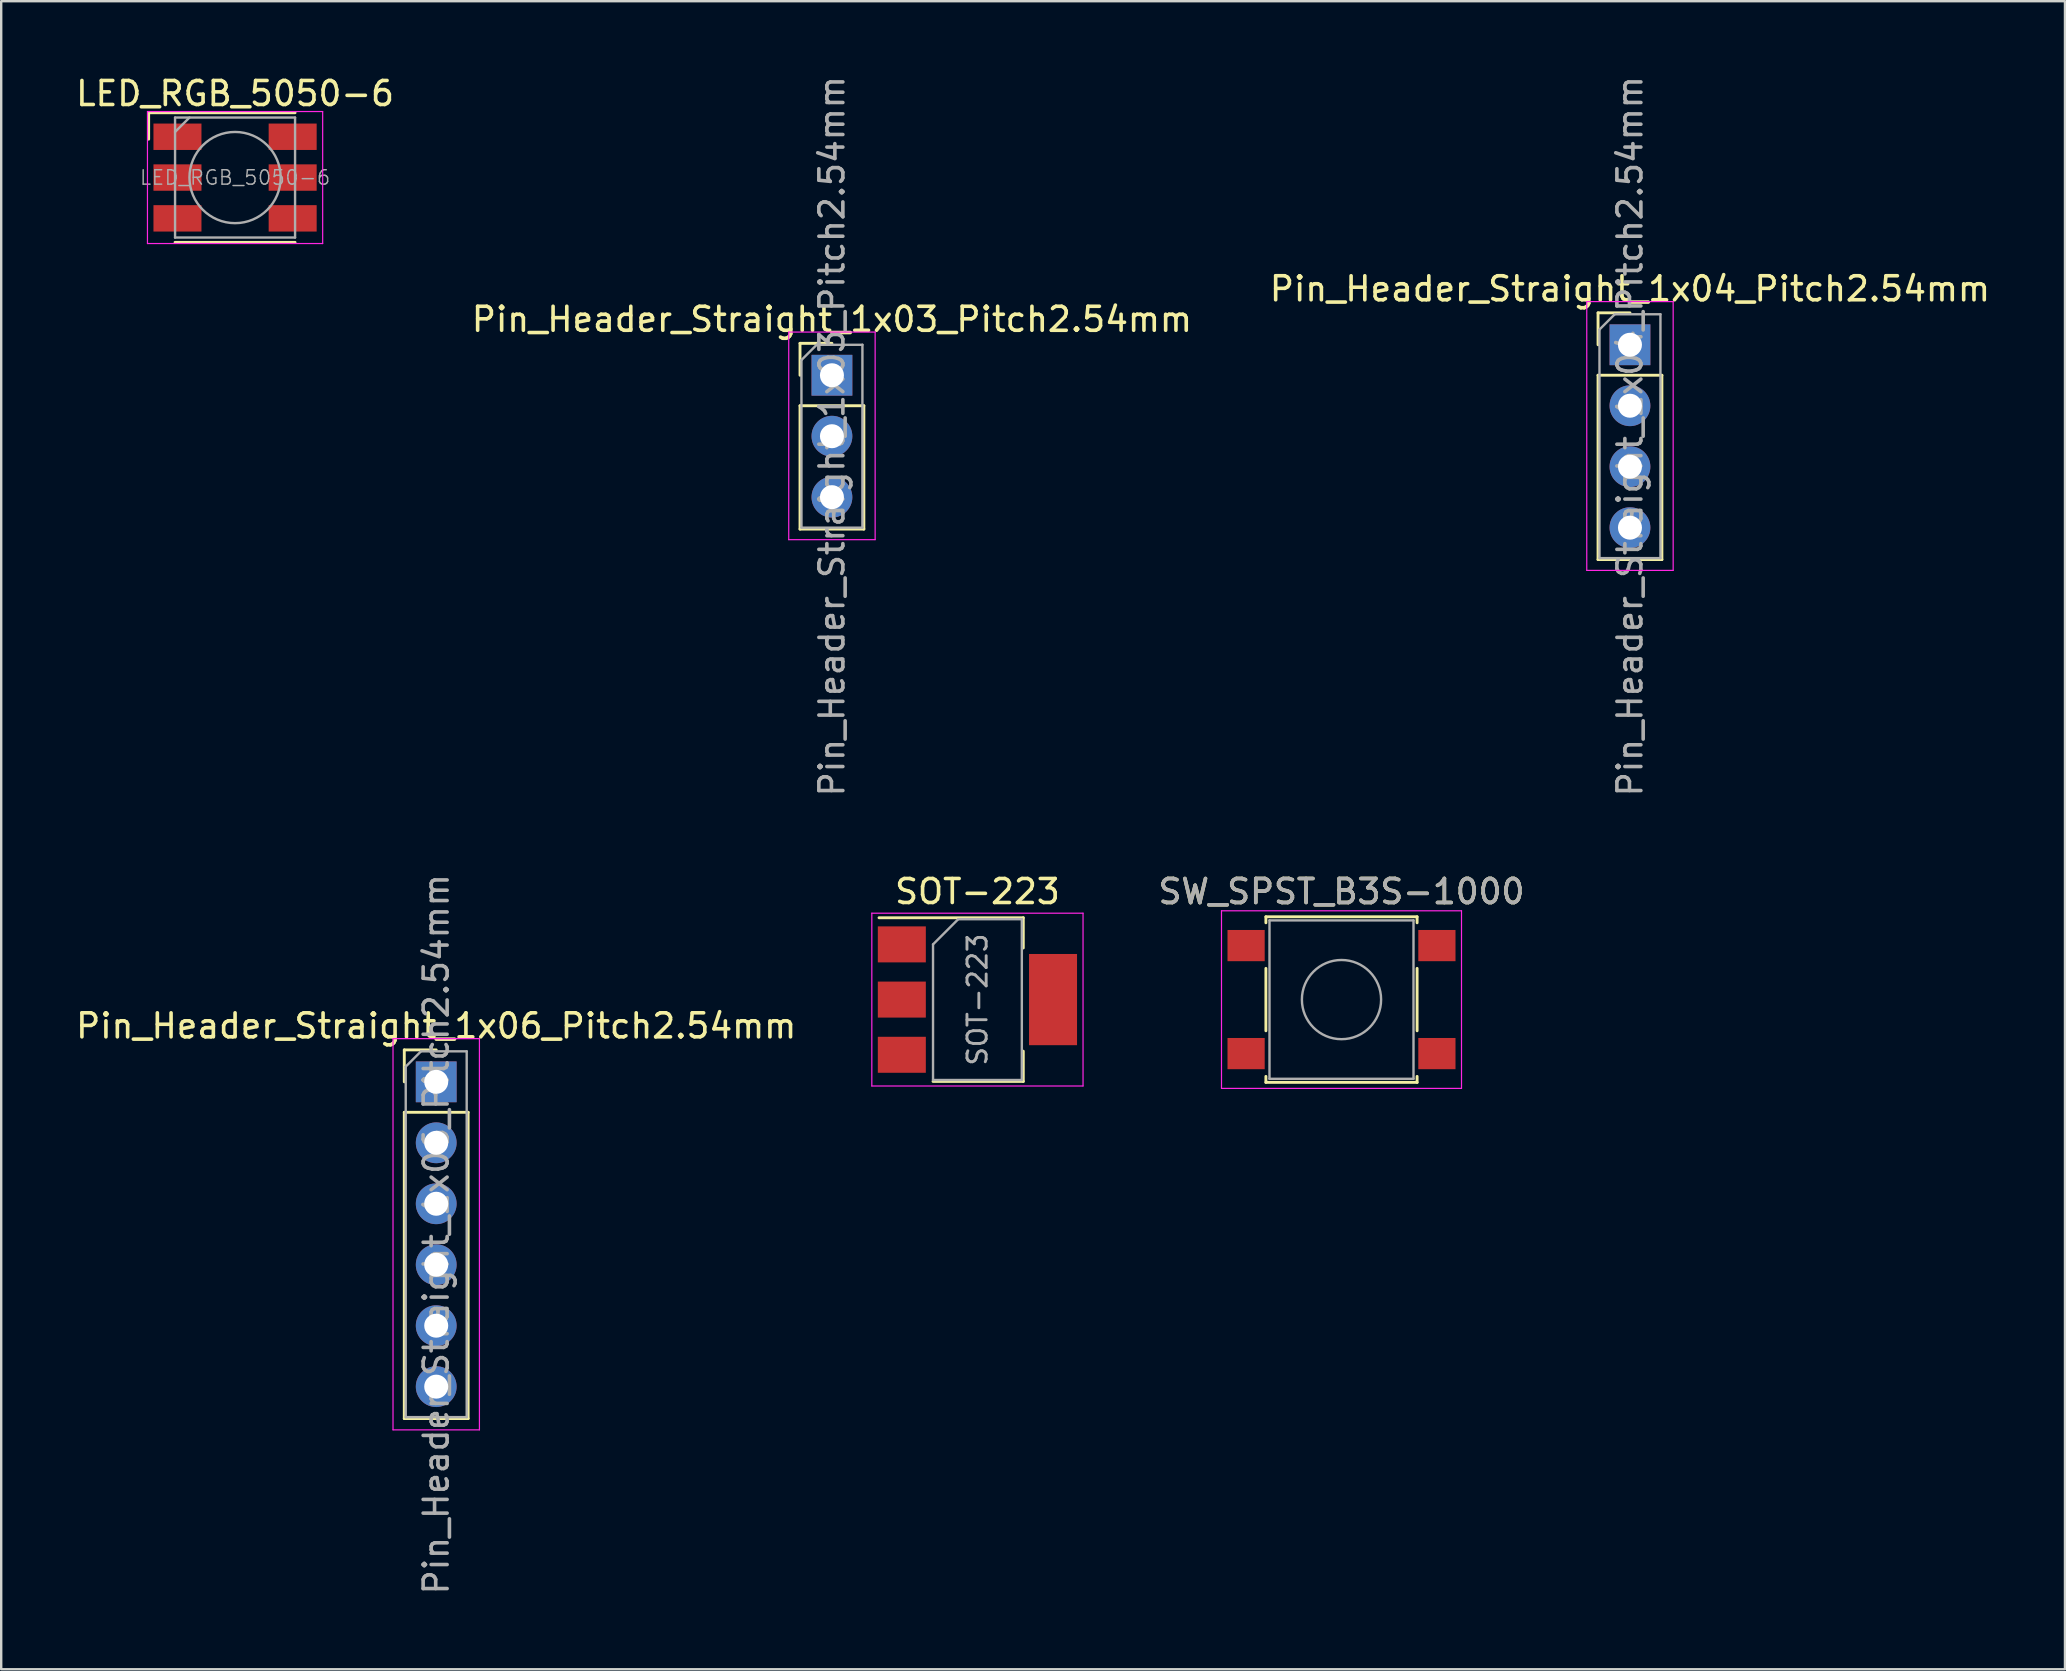
<source format=kicad_pcb>
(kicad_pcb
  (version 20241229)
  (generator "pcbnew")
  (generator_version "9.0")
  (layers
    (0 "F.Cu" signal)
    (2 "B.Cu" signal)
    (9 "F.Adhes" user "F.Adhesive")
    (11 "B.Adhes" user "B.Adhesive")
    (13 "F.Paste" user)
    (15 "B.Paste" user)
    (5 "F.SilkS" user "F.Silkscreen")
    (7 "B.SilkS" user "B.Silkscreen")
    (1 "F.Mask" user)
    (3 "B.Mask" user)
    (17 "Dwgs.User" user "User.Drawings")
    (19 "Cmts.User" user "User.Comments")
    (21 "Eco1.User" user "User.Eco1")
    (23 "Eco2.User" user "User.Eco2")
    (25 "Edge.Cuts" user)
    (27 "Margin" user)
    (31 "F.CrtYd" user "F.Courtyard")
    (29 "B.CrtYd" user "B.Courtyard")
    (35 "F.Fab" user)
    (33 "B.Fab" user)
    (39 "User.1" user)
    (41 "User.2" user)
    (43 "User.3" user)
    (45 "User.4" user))
  (footprint "SW_SPST_B3S-1000"
    (layer "F.Cu")
    (at 52.844 38.598)
    (property "Reference" "SW_SPST_B3S-1000" (at 0 -4.5 0) (layer "F.SilkS") (effects (font (size 1 1) (thickness 0.15))))
    (attr smd)
    (fp_line (start -3.15 -3.45) (end 3.15 -3.45) (stroke (width 0.12) (type solid)) (layer "F.SilkS"))
    (fp_line (start -3.15 -3.2) (end -3.15 -3.45) (stroke (width 0.12) (type solid)) (layer "F.SilkS"))
    (fp_line (start -3.15 1.3) (end -3.15 -1.3) (stroke (width 0.12) (type solid)) (layer "F.SilkS"))
    (fp_line (start -3.15 3.45) (end -3.15 3.2) (stroke (width 0.12) (type solid)) (layer "F.SilkS"))
    (fp_line (start 3.15 -3.45) (end 3.15 -3.2) (stroke (width 0.12) (type solid)) (layer "F.SilkS"))
    (fp_line (start 3.15 -1.3) (end 3.15 1.3) (stroke (width 0.12) (type solid)) (layer "F.SilkS"))
    (fp_line (start 3.15 3.2) (end 3.15 3.45) (stroke (width 0.12) (type solid)) (layer "F.SilkS"))
    (fp_line (start 3.15 3.45) (end -3.15 3.45) (stroke (width 0.12) (type solid)) (layer "F.SilkS"))
    (fp_line (start -5 -3.7) (end -5 3.7) (stroke (width 0.05) (type solid)) (layer "F.CrtYd"))
    (fp_line (start -5 3.7) (end 5 3.7) (stroke (width 0.05) (type solid)) (layer "F.CrtYd"))
    (fp_line (start 5 -3.7) (end -5 -3.7) (stroke (width 0.05) (type solid)) (layer "F.CrtYd"))
    (fp_line (start 5 3.7) (end 5 -3.7) (stroke (width 0.05) (type solid)) (layer "F.CrtYd"))
    (fp_line (start -3 -3.3) (end 3 -3.3) (stroke (width 0.1) (type solid)) (layer "F.Fab"))
    (fp_line (start -3 3.3) (end -3 -3.3) (stroke (width 0.1) (type solid)) (layer "F.Fab"))
    (fp_line (start 3 -3.3) (end 3 3.3) (stroke (width 0.1) (type solid)) (layer "F.Fab"))
    (fp_line (start 3 3.3) (end -3 3.3) (stroke (width 0.1) (type solid)) (layer "F.Fab"))
    (fp_circle (center 0 0) (end 1.65 0) (stroke (width 0.1) (type solid)) (fill no) (layer "F.Fab"))
    (fp_text user "${REFERENCE}" (at 0 -4.5 0) (layer "F.Fab") (effects (font (size 1 1) (thickness 0.15))))
    (pad "1" smd rect (at -3.975 -2.25) (size 1.55 1.3) (layers "F.Cu" "F.Mask" "F.Paste"))
    (pad "1" smd rect (at 3.975 -2.25) (size 1.55 1.3) (layers "F.Cu" "F.Mask" "F.Paste"))
    (pad "2" smd rect (at -3.975 2.25) (size 1.55 1.3) (layers "F.Cu" "F.Mask" "F.Paste"))
    (pad "2" smd rect (at 3.975 2.25) (size 1.55 1.3) (layers "F.Cu" "F.Mask" "F.Paste")))
  (footprint "LED_RGB_5050-6"
    (layer "F.Cu")
    (at 6.744 4.348)
    (property "Reference" "LED_RGB_5050-6" (at 0 -3.5 180) (layer "F.SilkS") (effects (font (size 1 1) (thickness 0.15))))
    (attr smd)
    (fp_line (start -3.6 -2.7) (end 2.5 -2.7) (stroke (width 0.12) (type solid)) (layer "F.SilkS"))
    (fp_line (start -3.6 -1.6) (end -3.6 -2.7) (stroke (width 0.12) (type solid)) (layer "F.SilkS"))
    (fp_line (start 2.5 2.7) (end -2.5 2.7) (stroke (width 0.12) (type solid)) (layer "F.SilkS"))
    (fp_line (start -3.65 -2.75) (end -3.65 2.75) (stroke (width 0.05) (type solid)) (layer "F.CrtYd"))
    (fp_line (start -3.65 2.75) (end 3.65 2.75) (stroke (width 0.05) (type solid)) (layer "F.CrtYd"))
    (fp_line (start 3.65 -2.75) (end -3.65 -2.75) (stroke (width 0.05) (type solid)) (layer "F.CrtYd"))
    (fp_line (start 3.65 2.75) (end 3.65 -2.75) (stroke (width 0.05) (type solid)) (layer "F.CrtYd"))
    (fp_line (start -2.5 -2.5) (end -2.5 2.5) (stroke (width 0.1) (type solid)) (layer "F.Fab"))
    (fp_line (start -2.5 -1.9) (end -1.9 -2.5) (stroke (width 0.1) (type solid)) (layer "F.Fab"))
    (fp_line (start -2.5 2.5) (end 2.5 2.5) (stroke (width 0.1) (type solid)) (layer "F.Fab"))
    (fp_line (start 2.5 -2.5) (end -2.5 -2.5) (stroke (width 0.1) (type solid)) (layer "F.Fab"))
    (fp_line (start 2.5 2.5) (end 2.5 -2.5) (stroke (width 0.1) (type solid)) (layer "F.Fab"))
    (fp_circle (center 0 0) (end 0 -1.9) (stroke (width 0.1) (type solid)) (fill no) (layer "F.Fab"))
    (fp_text user "${REFERENCE}" (at 0 0 0) (layer "F.Fab") (effects (font (size 0.6 0.6) (thickness 0.06))))
    (pad "1" smd rect (at -2.4 -1.7 90) (size 1.1 2) (layers "F.Cu" "F.Mask" "F.Paste"))
    (pad "2" smd rect (at -2.4 0 90) (size 1.1 2) (layers "F.Cu" "F.Mask" "F.Paste"))
    (pad "3" smd rect (at -2.4 1.7 90) (size 1.1 2) (layers "F.Cu" "F.Mask" "F.Paste"))
    (pad "4" smd rect (at 2.4 1.7 90) (size 1.1 2) (layers "F.Cu" "F.Mask" "F.Paste"))
    (pad "5" smd rect (at 2.4 0 90) (size 1.1 2) (layers "F.Cu" "F.Mask" "F.Paste"))
    (pad "6" smd rect (at 2.4 -1.7 90) (size 1.1 2) (layers "F.Cu" "F.Mask" "F.Paste")))
  (footprint "Pin_Header_Straight_1x04_Pitch2.54mm"
    (layer "F.Cu")
    (at 64.863 11.315)
    (property "Reference" "Pin_Header_Straight_1x04_Pitch2.54mm" (at 0 -2.33 0) (layer "F.SilkS") (effects (font (size 1 1) (thickness 0.15))))
    (attr through_hole)
    (fp_line (start -1.33 -1.33) (end 0 -1.33) (stroke (width 0.12) (type solid)) (layer "F.SilkS"))
    (fp_line (start -1.33 0) (end -1.33 -1.33) (stroke (width 0.12) (type solid)) (layer "F.SilkS"))
    (fp_line (start -1.33 1.27) (end -1.33 8.95) (stroke (width 0.12) (type solid)) (layer "F.SilkS"))
    (fp_line (start -1.33 1.27) (end 1.33 1.27) (stroke (width 0.12) (type solid)) (layer "F.SilkS"))
    (fp_line (start -1.33 8.95) (end 1.33 8.95) (stroke (width 0.12) (type solid)) (layer "F.SilkS"))
    (fp_line (start 1.33 1.27) (end 1.33 8.95) (stroke (width 0.12) (type solid)) (layer "F.SilkS"))
    (fp_line (start -1.8 -1.8) (end -1.8 9.4) (stroke (width 0.05) (type solid)) (layer "F.CrtYd"))
    (fp_line (start -1.8 9.4) (end 1.8 9.4) (stroke (width 0.05) (type solid)) (layer "F.CrtYd"))
    (fp_line (start 1.8 -1.8) (end -1.8 -1.8) (stroke (width 0.05) (type solid)) (layer "F.CrtYd"))
    (fp_line (start 1.8 9.4) (end 1.8 -1.8) (stroke (width 0.05) (type solid)) (layer "F.CrtYd"))
    (fp_line (start -1.27 -0.635) (end -0.635 -1.27) (stroke (width 0.1) (type solid)) (layer "F.Fab"))
    (fp_line (start -1.27 8.89) (end -1.27 -0.635) (stroke (width 0.1) (type solid)) (layer "F.Fab"))
    (fp_line (start -0.635 -1.27) (end 1.27 -1.27) (stroke (width 0.1) (type solid)) (layer "F.Fab"))
    (fp_line (start 1.27 -1.27) (end 1.27 8.89) (stroke (width 0.1) (type solid)) (layer "F.Fab"))
    (fp_line (start 1.27 8.89) (end -1.27 8.89) (stroke (width 0.1) (type solid)) (layer "F.Fab"))
    (fp_text user "${REFERENCE}" (at 0 3.81 90) (layer "F.Fab") (effects (font (size 1 1) (thickness 0.15))))
    (pad "1" thru_hole rect (at 0 0) (size 1.7 1.7) (drill 1) (layers "*.Cu" "*.Mask"))
    (pad "2" thru_hole oval (at 0 2.54) (size 1.7 1.7) (drill 1) (layers "*.Cu" "*.Mask"))
    (pad "3" thru_hole oval (at 0 5.08) (size 1.7 1.7) (drill 1) (layers "*.Cu" "*.Mask"))
    (pad "4" thru_hole oval (at 0 7.62) (size 1.7 1.7) (drill 1) (layers "*.Cu" "*.Mask")))
  (footprint "SOT-223"
    (layer "F.Cu")
    (at 37.675 38.598)
    (property "Reference" "SOT-223" (at 0 -4.5 0) (layer "F.SilkS") (effects (font (size 1 1) (thickness 0.15))))
    (attr smd)
    (fp_line (start -4.1 -3.41) (end 1.91 -3.41) (stroke (width 0.12) (type solid)) (layer "F.SilkS"))
    (fp_line (start -1.85 3.41) (end 1.91 3.41) (stroke (width 0.12) (type solid)) (layer "F.SilkS"))
    (fp_line (start 1.91 -3.41) (end 1.91 -2.15) (stroke (width 0.12) (type solid)) (layer "F.SilkS"))
    (fp_line (start 1.91 3.41) (end 1.91 2.15) (stroke (width 0.12) (type solid)) (layer "F.SilkS"))
    (fp_line (start -4.4 -3.6) (end -4.4 3.6) (stroke (width 0.05) (type solid)) (layer "F.CrtYd"))
    (fp_line (start -4.4 3.6) (end 4.4 3.6) (stroke (width 0.05) (type solid)) (layer "F.CrtYd"))
    (fp_line (start 4.4 -3.6) (end -4.4 -3.6) (stroke (width 0.05) (type solid)) (layer "F.CrtYd"))
    (fp_line (start 4.4 3.6) (end 4.4 -3.6) (stroke (width 0.05) (type solid)) (layer "F.CrtYd"))
    (fp_line (start -1.85 -2.3) (end -1.85 3.35) (stroke (width 0.1) (type solid)) (layer "F.Fab"))
    (fp_line (start -1.85 -2.3) (end -0.8 -3.35) (stroke (width 0.1) (type solid)) (layer "F.Fab"))
    (fp_line (start -1.85 3.35) (end 1.85 3.35) (stroke (width 0.1) (type solid)) (layer "F.Fab"))
    (fp_line (start -0.8 -3.35) (end 1.85 -3.35) (stroke (width 0.1) (type solid)) (layer "F.Fab"))
    (fp_line (start 1.85 -3.35) (end 1.85 3.35) (stroke (width 0.1) (type solid)) (layer "F.Fab"))
    (fp_text user "${REFERENCE}" (at 0 0 90) (layer "F.Fab") (effects (font (size 0.8 0.8) (thickness 0.12))))
    (pad "1" smd rect (at -3.15 -2.3) (size 2 1.5) (layers "F.Cu" "F.Mask" "F.Paste"))
    (pad "2" smd rect (at -3.15 0) (size 2 1.5) (layers "F.Cu" "F.Mask" "F.Paste"))
    (pad "3" smd rect (at -3.15 2.3) (size 2 1.5) (layers "F.Cu" "F.Mask" "F.Paste"))
    (pad "4" smd rect (at 3.15 0) (size 2 3.8) (layers "F.Cu" "F.Mask" "F.Paste")))
  (footprint "Pin_Header_Straight_1x06_Pitch2.54mm"
    (layer "F.Cu")
    (at 15.125 42.025)
    (property "Reference" "Pin_Header_Straight_1x06_Pitch2.54mm" (at 0 -2.33 0) (layer "F.SilkS") (effects (font (size 1 1) (thickness 0.15))))
    (attr through_hole)
    (fp_line (start -1.33 -1.33) (end 0 -1.33) (stroke (width 0.12) (type solid)) (layer "F.SilkS"))
    (fp_line (start -1.33 0) (end -1.33 -1.33) (stroke (width 0.12) (type solid)) (layer "F.SilkS"))
    (fp_line (start -1.33 1.27) (end -1.33 14.03) (stroke (width 0.12) (type solid)) (layer "F.SilkS"))
    (fp_line (start -1.33 1.27) (end 1.33 1.27) (stroke (width 0.12) (type solid)) (layer "F.SilkS"))
    (fp_line (start -1.33 14.03) (end 1.33 14.03) (stroke (width 0.12) (type solid)) (layer "F.SilkS"))
    (fp_line (start 1.33 1.27) (end 1.33 14.03) (stroke (width 0.12) (type solid)) (layer "F.SilkS"))
    (fp_line (start -1.8 -1.8) (end -1.8 14.5) (stroke (width 0.05) (type solid)) (layer "F.CrtYd"))
    (fp_line (start -1.8 14.5) (end 1.8 14.5) (stroke (width 0.05) (type solid)) (layer "F.CrtYd"))
    (fp_line (start 1.8 -1.8) (end -1.8 -1.8) (stroke (width 0.05) (type solid)) (layer "F.CrtYd"))
    (fp_line (start 1.8 14.5) (end 1.8 -1.8) (stroke (width 0.05) (type solid)) (layer "F.CrtYd"))
    (fp_line (start -1.27 -0.635) (end -0.635 -1.27) (stroke (width 0.1) (type solid)) (layer "F.Fab"))
    (fp_line (start -1.27 13.97) (end -1.27 -0.635) (stroke (width 0.1) (type solid)) (layer "F.Fab"))
    (fp_line (start -0.635 -1.27) (end 1.27 -1.27) (stroke (width 0.1) (type solid)) (layer "F.Fab"))
    (fp_line (start 1.27 -1.27) (end 1.27 13.97) (stroke (width 0.1) (type solid)) (layer "F.Fab"))
    (fp_line (start 1.27 13.97) (end -1.27 13.97) (stroke (width 0.1) (type solid)) (layer "F.Fab"))
    (fp_text user "${REFERENCE}" (at 0 6.35 90) (layer "F.Fab") (effects (font (size 1 1) (thickness 0.15))))
    (pad "1" thru_hole rect (at 0 0) (size 1.7 1.7) (drill 1) (layers "*.Cu" "*.Mask"))
    (pad "2" thru_hole oval (at 0 2.54) (size 1.7 1.7) (drill 1) (layers "*.Cu" "*.Mask"))
    (pad "3" thru_hole oval (at 0 5.08) (size 1.7 1.7) (drill 1) (layers "*.Cu" "*.Mask"))
    (pad "4" thru_hole oval (at 0 7.62) (size 1.7 1.7) (drill 1) (layers "*.Cu" "*.Mask"))
    (pad "5" thru_hole oval (at 0 10.16) (size 1.7 1.7) (drill 1) (layers "*.Cu" "*.Mask"))
    (pad "6" thru_hole oval (at 0 12.7) (size 1.7 1.7) (drill 1) (layers "*.Cu" "*.Mask")))
  (footprint "Pin_Header_Straight_1x03_Pitch2.54mm"
    (layer "F.Cu")
    (at 31.613 12.585)
    (property "Reference" "Pin_Header_Straight_1x03_Pitch2.54mm" (at 0 -2.33 0) (layer "F.SilkS") (effects (font (size 1 1) (thickness 0.15))))
    (attr through_hole)
    (fp_line (start -1.33 -1.33) (end 0 -1.33) (stroke (width 0.12) (type solid)) (layer "F.SilkS"))
    (fp_line (start -1.33 0) (end -1.33 -1.33) (stroke (width 0.12) (type solid)) (layer "F.SilkS"))
    (fp_line (start -1.33 1.27) (end -1.33 6.41) (stroke (width 0.12) (type solid)) (layer "F.SilkS"))
    (fp_line (start -1.33 1.27) (end 1.33 1.27) (stroke (width 0.12) (type solid)) (layer "F.SilkS"))
    (fp_line (start -1.33 6.41) (end 1.33 6.41) (stroke (width 0.12) (type solid)) (layer "F.SilkS"))
    (fp_line (start 1.33 1.27) (end 1.33 6.41) (stroke (width 0.12) (type solid)) (layer "F.SilkS"))
    (fp_line (start -1.8 -1.8) (end -1.8 6.85) (stroke (width 0.05) (type solid)) (layer "F.CrtYd"))
    (fp_line (start -1.8 6.85) (end 1.8 6.85) (stroke (width 0.05) (type solid)) (layer "F.CrtYd"))
    (fp_line (start 1.8 -1.8) (end -1.8 -1.8) (stroke (width 0.05) (type solid)) (layer "F.CrtYd"))
    (fp_line (start 1.8 6.85) (end 1.8 -1.8) (stroke (width 0.05) (type solid)) (layer "F.CrtYd"))
    (fp_line (start -1.27 -0.635) (end -0.635 -1.27) (stroke (width 0.1) (type solid)) (layer "F.Fab"))
    (fp_line (start -1.27 6.35) (end -1.27 -0.635) (stroke (width 0.1) (type solid)) (layer "F.Fab"))
    (fp_line (start -0.635 -1.27) (end 1.27 -1.27) (stroke (width 0.1) (type solid)) (layer "F.Fab"))
    (fp_line (start 1.27 -1.27) (end 1.27 6.35) (stroke (width 0.1) (type solid)) (layer "F.Fab"))
    (fp_line (start 1.27 6.35) (end -1.27 6.35) (stroke (width 0.1) (type solid)) (layer "F.Fab"))
    (fp_text user "${REFERENCE}" (at 0 2.54 90) (layer "F.Fab") (effects (font (size 1 1) (thickness 0.15))))
    (pad "1" thru_hole rect (at 0 0) (size 1.7 1.7) (drill 1) (layers "*.Cu" "*.Mask"))
    (pad "2" thru_hole oval (at 0 2.54) (size 1.7 1.7) (drill 1) (layers "*.Cu" "*.Mask"))
    (pad "3" thru_hole oval (at 0 5.08) (size 1.7 1.7) (drill 1) (layers "*.Cu" "*.Mask")))
  (gr_rect
    (start -3 -3)
    (end 82.988 66.5)
    (stroke (width 0.1) (type default))
    (fill no)
    (layer "Edge.Cuts")))
</source>
